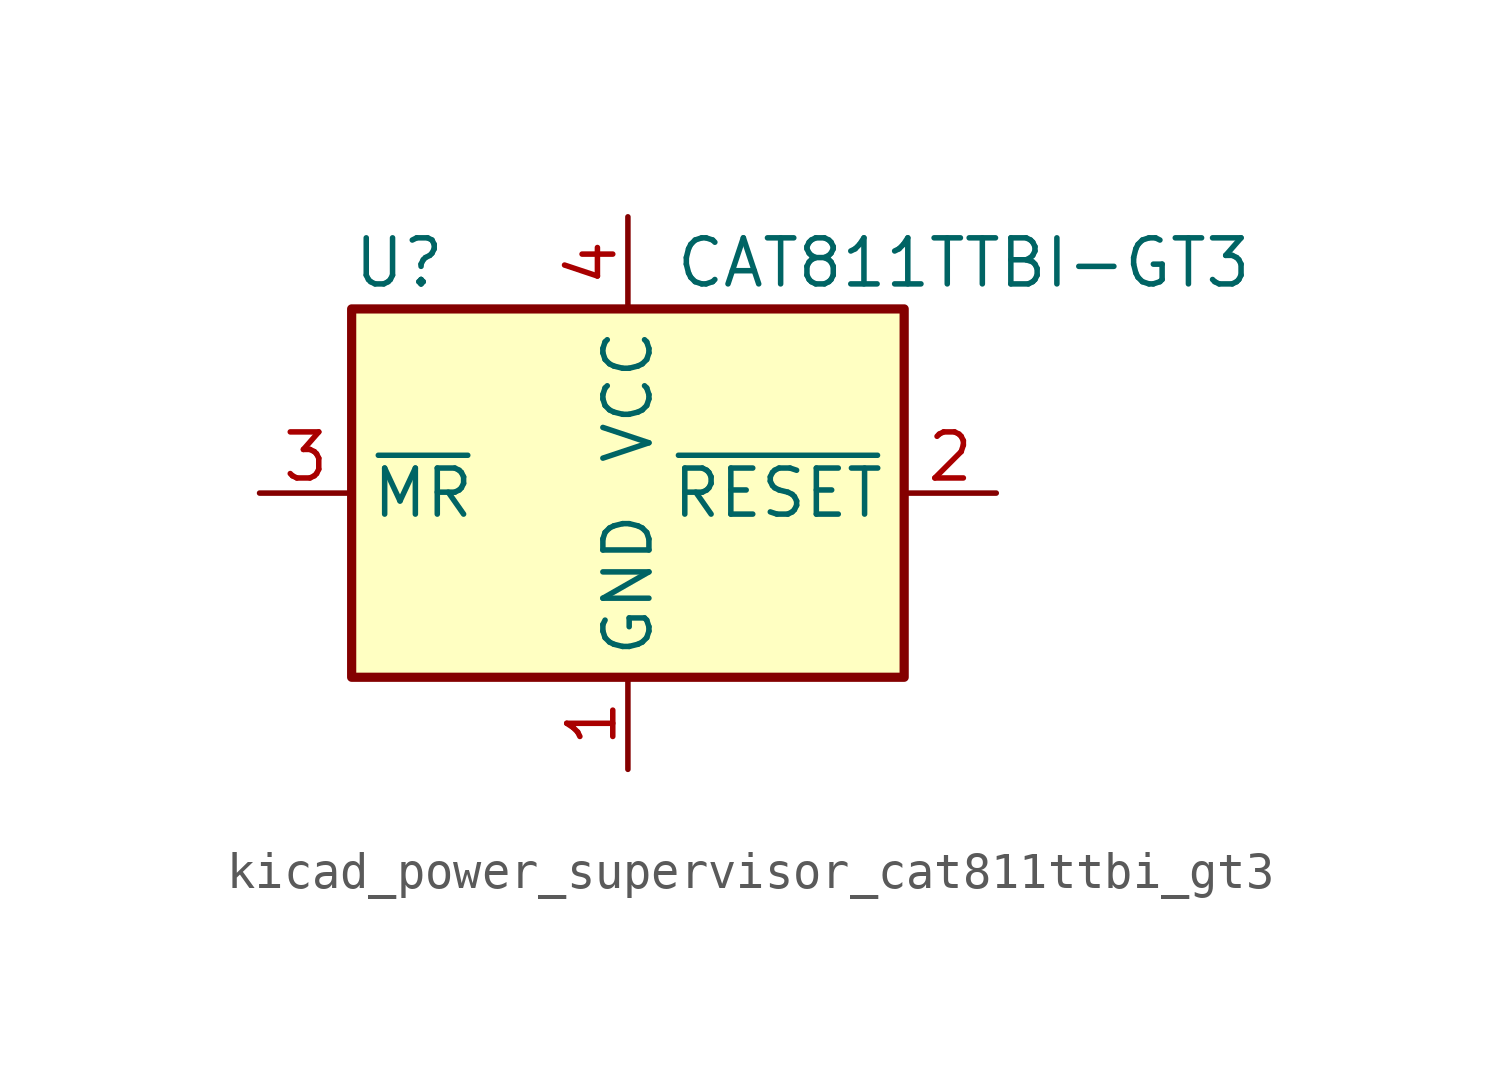
<source format=kicad_sym>
(kicad_symbol_lib
  (version 20220914)
  (generator kicad_symbol_editor)
  (symbol "kicad_power_supervisor_cat811ttbi_gt3"
    (property "Reference" "U"
      (at -7.62 6.35 0)
      (effects (font (size 1.27 1.27)) (justify left)))
    (property "Value" "CAT811TTBI-GT3"
      (at 1.27 6.35 0)
      (effects (font (size 1.27 1.27)) (justify left)))
    (symbol "kicad_power_supervisor_cat811ttbi_gt3_0_1"
      (rectangle (start -7.62 5.08) (end 7.62 -5.08) (stroke (width 0.254) (type default)) (fill (type background))))
    (symbol "kicad_power_supervisor_cat811ttbi_gt3_1_1"
      (pin power_in line (at 0 -7.62 90) (length 2.54) (name "GND" (effects (font (size 1.27 1.27)))) (number "1" (effects (font (size 1.27 1.27)))))
      (pin output line (at 10.16 0 180) (length 2.54) (name "~{RESET}" (effects (font (size 1.27 1.27)))) (number "2" (effects (font (size 1.27 1.27)))))
      (pin input line (at -10.16 0 0) (length 2.54) (name "~{MR}" (effects (font (size 1.27 1.27)))) (number "3" (effects (font (size 1.27 1.27)))))
      (pin power_in line (at 0 7.62 270) (length 2.54) (name "VCC" (effects (font (size 1.27 1.27)))) (number "4" (effects (font (size 1.27 1.27))))))))
</source>
